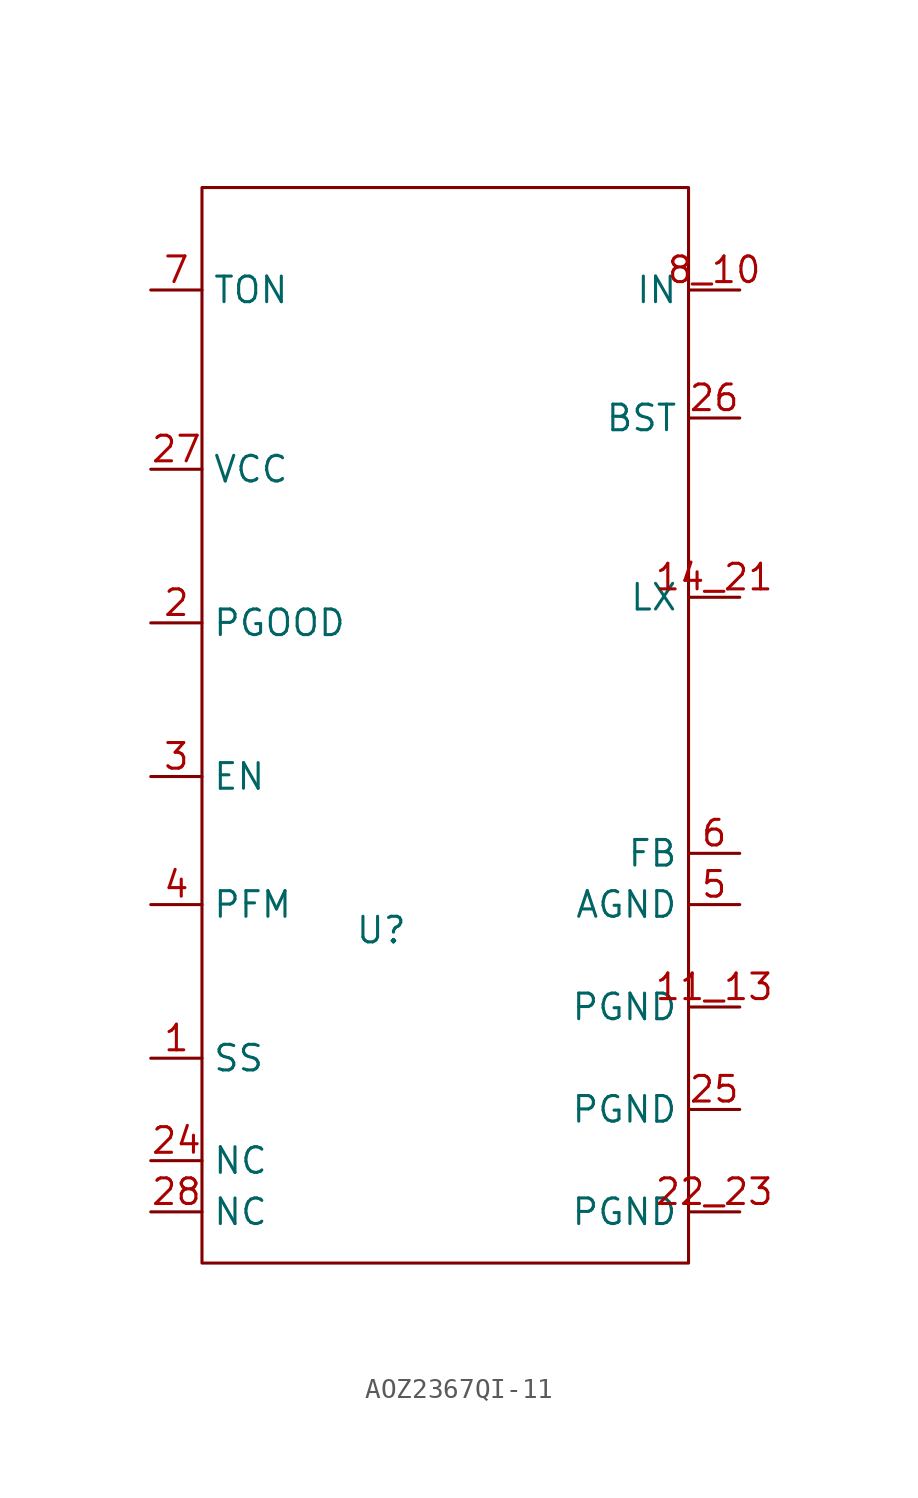
<source format=kicad_sym>
(kicad_symbol_lib
  (version 20231120)
  (generator "kicad_symbol_editor")
  (generator_version "8.0")
  (symbol "AOZ2367QI-11"
    (property "Reference" "U"
      (at 0 0 0)
      (effects (font (size 1.27 1.27))))
    (property "Value" ""
      (at -2.54 1.27 0)
      (effects (font (size 1.27 1.27))))
    (symbol "AOZ2367QI-11_0_1"
      (rectangle (start -8.89 36.83) (end 15.24 -16.51) (stroke (width 0) (type default)) (fill (type none))))
    (symbol "AOZ2367QI-11_1_1"
      (pin input line (at -11.43 -6.35 0) (length 2.54) (name "SS" (effects (font (size 1.27 1.27)))) (number "1" (effects (font (size 1.27 1.27)))))
      (pin input line (at 17.78 -3.81 180) (length 2.54) (name "PGND" (effects (font (size 1.27 1.27)))) (number "11_13" (effects (font (size 1.27 1.27)))))
      (pin input line (at 17.78 16.51 180) (length 2.54) (name "LX" (effects (font (size 1.27 1.27)))) (number "14_21" (effects (font (size 1.27 1.27)))))
      (pin input line (at -11.43 15.24 0) (length 2.54) (name "PGOOD" (effects (font (size 1.27 1.27)))) (number "2" (effects (font (size 1.27 1.27)))))
      (pin input line (at 17.78 -13.97 180) (length 2.54) (name "PGND" (effects (font (size 1.27 1.27)))) (number "22_23" (effects (font (size 1.27 1.27)))))
      (pin input line (at -11.43 -11.43 0) (length 2.54) (name "NC" (effects (font (size 1.27 1.27)))) (number "24" (effects (font (size 1.27 1.27)))))
      (pin input line (at 17.78 -8.89 180) (length 2.54) (name "PGND" (effects (font (size 1.27 1.27)))) (number "25" (effects (font (size 1.27 1.27)))))
      (pin input line (at 17.78 25.4 180) (length 2.54) (name "BST" (effects (font (size 1.27 1.27)))) (number "26" (effects (font (size 1.27 1.27)))))
      (pin input line (at -11.43 22.86 0) (length 2.54) (name "VCC" (effects (font (size 1.27 1.27)))) (number "27" (effects (font (size 1.27 1.27)))))
      (pin input line (at -11.43 -13.97 0) (length 2.54) (name "NC" (effects (font (size 1.27 1.27)))) (number "28" (effects (font (size 1.27 1.27)))))
      (pin input line (at -11.43 7.62 0) (length 2.54) (name "EN" (effects (font (size 1.27 1.27)))) (number "3" (effects (font (size 1.27 1.27)))))
      (pin input line (at -11.43 1.27 0) (length 2.54) (name "PFM" (effects (font (size 1.27 1.27)))) (number "4" (effects (font (size 1.27 1.27)))))
      (pin input line (at 17.78 1.27 180) (length 2.54) (name "AGND" (effects (font (size 1.27 1.27)))) (number "5" (effects (font (size 1.27 1.27)))))
      (pin input line (at 17.78 3.81 180) (length 2.54) (name "FB" (effects (font (size 1.27 1.27)))) (number "6" (effects (font (size 1.27 1.27)))))
      (pin input line (at -11.43 31.75 0) (length 2.54) (name "TON" (effects (font (size 1.27 1.27)))) (number "7" (effects (font (size 1.27 1.27)))))
      (pin input line (at 17.78 31.75 180) (length 2.54) (name "IN" (effects (font (size 1.27 1.27)))) (number "8_10" (effects (font (size 1.27 1.27))))))))
</source>
